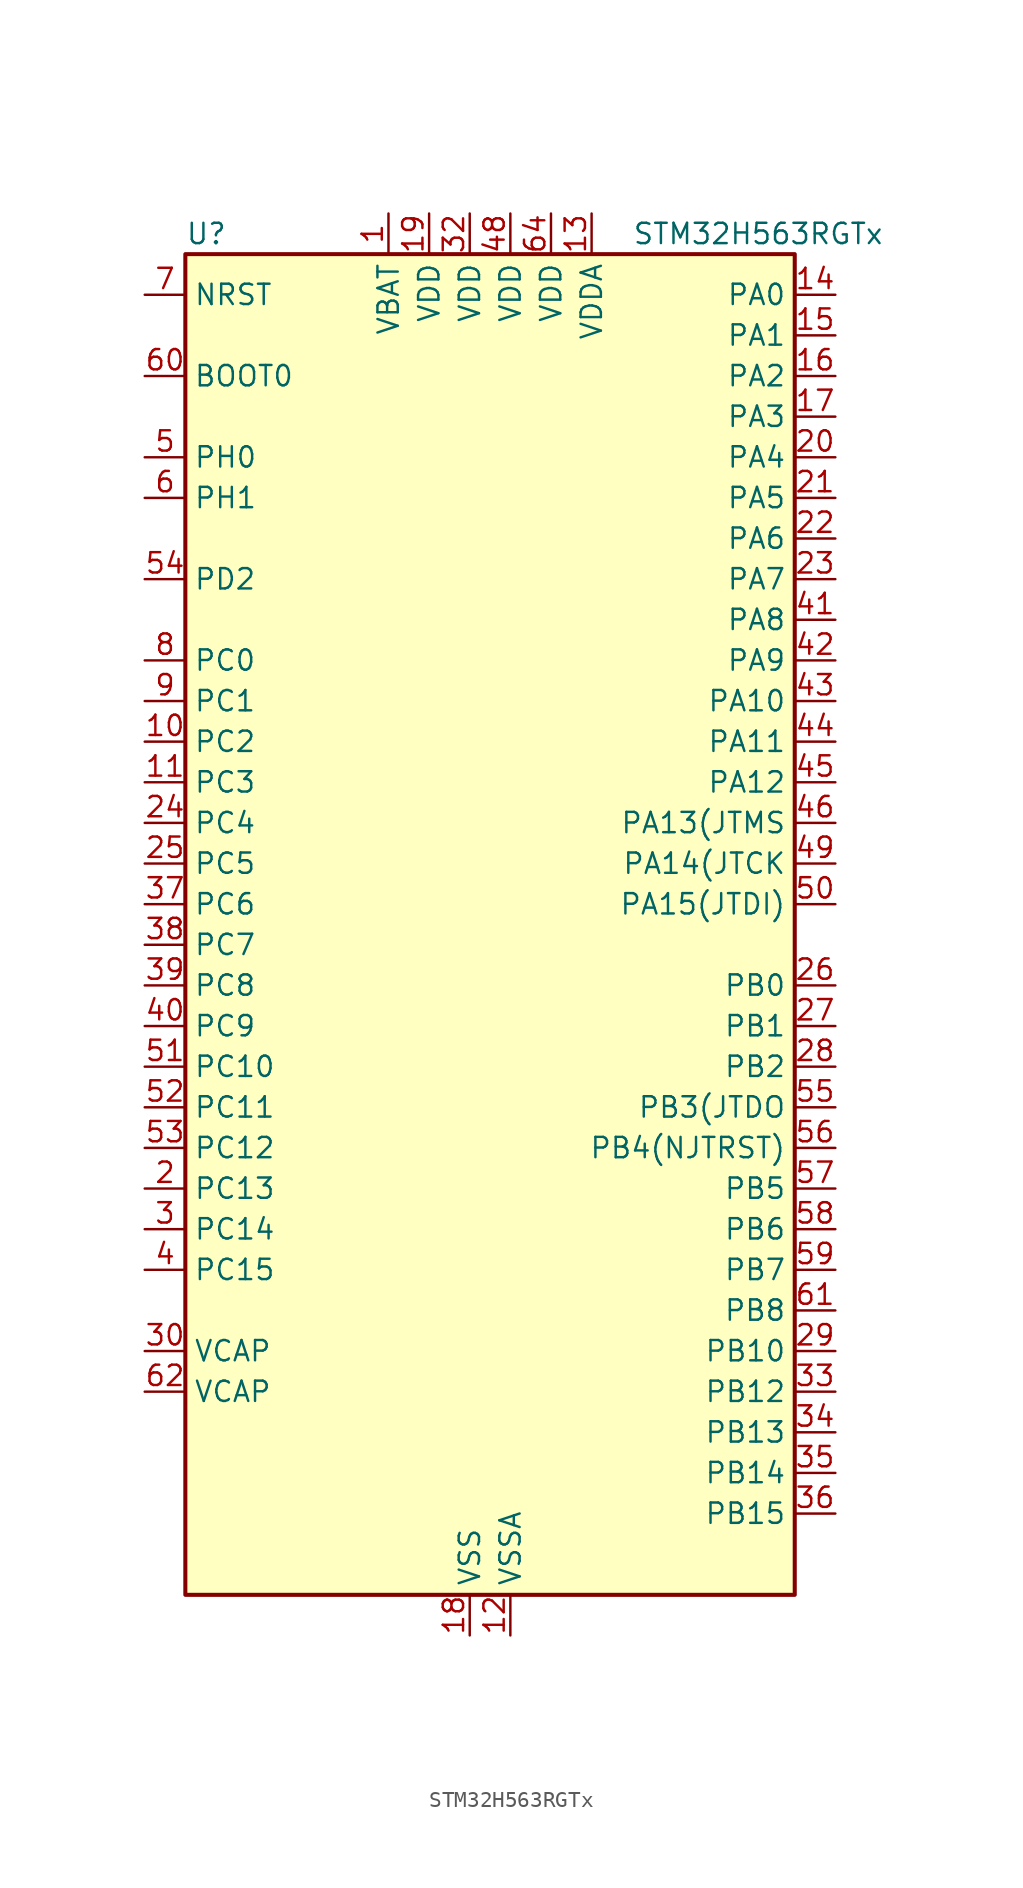
<source format=kicad_sym>
(kicad_symbol_lib
  (version 20231120)
  (generator "kicad_symbol_editor")
  (generator_version "8.0")
  (symbol "STM32H563RGTx"
    (property "Reference" "U"
      (at -17.78 44.45 0)
      (effects (font (size 1.27 1.27)) (justify left)))
    (property "Value" "STM32H563RGTx"
      (at 10.16 44.45 0)
      (effects (font (size 1.27 1.27)) (justify left)))
    (property "ki_locked" ""
      (at 0 0 0)
      (effects (font (size 1.27 1.27))))
    (symbol "STM32H563RGTx_0_1"
      (rectangle (start -17.78 -40.64) (end 20.32 43.18) (stroke (width 0.254) (type default)) (fill (type background))))
    (symbol "STM32H563RGTx_1_1"
      (pin power_in line (at -5.08 45.72 270) (length 2.54) (name "VBAT" (effects (font (size 1.27 1.27)))) (number "1" (effects (font (size 1.27 1.27)))))
      (pin bidirectional line (at -20.32 12.7 0) (length 2.54) (name "PC2" (effects (font (size 1.27 1.27)))) (number "10" (effects (font (size 1.27 1.27)))) (alternate "ADC1_INN11" bidirectional line) (alternate "ADC1_INP12" bidirectional line) (alternate "ADC2_INN11" bidirectional line) (alternate "ADC2_INP12" bidirectional line) (alternate "ETH_TXD2" bidirectional line) (alternate "I2S2_SDI" bidirectional line) (alternate "OCTOSPI1_IO2" bidirectional line) (alternate "OCTOSPI1_IO5" bidirectional line) (alternate "PWR_CSLEEP" bidirectional line) (alternate "SPI2_MISO" bidirectional line) (alternate "TIM17_CH1" bidirectional line) (alternate "TIM4_CH4" bidirectional line))
      (pin bidirectional line (at -20.32 10.16 0) (length 2.54) (name "PC3" (effects (font (size 1.27 1.27)))) (number "11" (effects (font (size 1.27 1.27)))) (alternate "ADC1_INN12" bidirectional line) (alternate "ADC1_INP13" bidirectional line) (alternate "ADC2_INN12" bidirectional line) (alternate "ADC2_INP13" bidirectional line) (alternate "ETH_TX_CLK" bidirectional line) (alternate "I2S2_SDO" bidirectional line) (alternate "LPTIM3_CH1" bidirectional line) (alternate "OCTOSPI1_IO0" bidirectional line) (alternate "OCTOSPI1_IO6" bidirectional line) (alternate "PWR_CSTOP" bidirectional line) (alternate "SAI1_D3" bidirectional line) (alternate "SPI2_MOSI" bidirectional line))
      (pin power_in line (at 2.54 -43.18 90) (length 2.54) (name "VSSA" (effects (font (size 1.27 1.27)))) (number "12" (effects (font (size 1.27 1.27)))))
      (pin power_in line (at 7.62 45.72 270) (length 2.54) (name "VDDA" (effects (font (size 1.27 1.27)))) (number "13" (effects (font (size 1.27 1.27)))))
      (pin bidirectional line (at 22.86 40.64 180) (length 2.54) (name "PA0" (effects (font (size 1.27 1.27)))) (number "14" (effects (font (size 1.27 1.27)))) (alternate "ADC1_INN1" bidirectional line) (alternate "ADC1_INP0" bidirectional line) (alternate "ADC2_INN1" bidirectional line) (alternate "ADC2_INP0" bidirectional line) (alternate "ETH_CRS" bidirectional line) (alternate "PWR_WKUP1" bidirectional line) (alternate "SAI2_SD_B" bidirectional line) (alternate "SPI3_RDY" bidirectional line) (alternate "SPI6_NSS" bidirectional line) (alternate "TAMP_IN2" bidirectional line) (alternate "TAMP_OUT1" bidirectional line) (alternate "TIM15_BKIN" bidirectional line) (alternate "TIM2_CH1" bidirectional line) (alternate "TIM2_ETR" bidirectional line) (alternate "TIM5_CH1" bidirectional line) (alternate "TIM8_ETR" bidirectional line) (alternate "UART4_TX" bidirectional line) (alternate "USART2_CTS" bidirectional line) (alternate "USART2_NSS" bidirectional line))
      (pin bidirectional line (at 22.86 38.1 180) (length 2.54) (name "PA1" (effects (font (size 1.27 1.27)))) (number "15" (effects (font (size 1.27 1.27)))) (alternate "ADC1_INP1" bidirectional line) (alternate "ADC2_INP1" bidirectional line) (alternate "ETH_REF_CLK" bidirectional line) (alternate "ETH_RX_CLK" bidirectional line) (alternate "LPTIM1_IN1" bidirectional line) (alternate "OCTOSPI1_DQS" bidirectional line) (alternate "OCTOSPI1_IO3" bidirectional line) (alternate "SAI2_MCLK_B" bidirectional line) (alternate "TAMP_IN5" bidirectional line) (alternate "TAMP_OUT4" bidirectional line) (alternate "TIM15_CH1N" bidirectional line) (alternate "TIM2_CH2" bidirectional line) (alternate "TIM5_CH2" bidirectional line) (alternate "UART4_RX" bidirectional line) (alternate "USART2_RTS" bidirectional line))
      (pin bidirectional line (at 22.86 35.56 180) (length 2.54) (name "PA2" (effects (font (size 1.27 1.27)))) (number "16" (effects (font (size 1.27 1.27)))) (alternate "ADC1_INP14" bidirectional line) (alternate "ADC2_INP14" bidirectional line) (alternate "ETH_MDIO" bidirectional line) (alternate "LPTIM1_IN2" bidirectional line) (alternate "PWR_WKUP2" bidirectional line) (alternate "SAI2_SCK_B" bidirectional line) (alternate "TAMP_IN4" bidirectional line) (alternate "TAMP_OUT3" bidirectional line) (alternate "TIM15_CH1" bidirectional line) (alternate "TIM2_CH3" bidirectional line) (alternate "TIM5_CH3" bidirectional line) (alternate "USART2_TX" bidirectional line))
      (pin bidirectional line (at 22.86 33.02 180) (length 2.54) (name "PA3" (effects (font (size 1.27 1.27)))) (number "17" (effects (font (size 1.27 1.27)))) (alternate "ADC1_INP15" bidirectional line) (alternate "ADC2_INP15" bidirectional line) (alternate "ETH_COL" bidirectional line) (alternate "I2S2_WS" bidirectional line) (alternate "OCTOSPI1_CLK" bidirectional line) (alternate "SAI1_SD_B" bidirectional line) (alternate "SPI2_NSS" bidirectional line) (alternate "TIM15_CH2" bidirectional line) (alternate "TIM2_CH4" bidirectional line) (alternate "TIM5_CH4" bidirectional line) (alternate "USART2_RX" bidirectional line))
      (pin power_in line (at 0 -43.18 90) (length 2.54) (name "VSS" (effects (font (size 1.27 1.27)))) (number "18" (effects (font (size 1.27 1.27)))))
      (pin power_in line (at -2.54 45.72 270) (length 2.54) (name "VDD" (effects (font (size 1.27 1.27)))) (number "19" (effects (font (size 1.27 1.27)))))
      (pin bidirectional line (at -20.32 -15.24 0) (length 2.54) (name "PC13" (effects (font (size 1.27 1.27)))) (number "2" (effects (font (size 1.27 1.27)))) (alternate "PWR_WKUP4" bidirectional line) (alternate "RTC_OUT1" bidirectional line) (alternate "RTC_TS" bidirectional line) (alternate "TAMP_IN1" bidirectional line) (alternate "TAMP_OUT2" bidirectional line) (alternate "TAMP_OUT3" bidirectional line))
      (pin bidirectional line (at 22.86 30.48 180) (length 2.54) (name "PA4" (effects (font (size 1.27 1.27)))) (number "20" (effects (font (size 1.27 1.27)))) (alternate "ADC1_INP18" bidirectional line) (alternate "ADC2_INP18" bidirectional line) (alternate "DAC1_OUT1" bidirectional line) (alternate "DCMI_HSYNC" bidirectional line) (alternate "I2S1_WS" bidirectional line) (alternate "I2S3_WS" bidirectional line) (alternate "LPTIM2_CH1" bidirectional line) (alternate "PSSI_DE" bidirectional line) (alternate "SPI1_NSS" bidirectional line) (alternate "SPI3_NSS" bidirectional line) (alternate "SPI6_NSS" bidirectional line) (alternate "TIM5_ETR" bidirectional line) (alternate "USART2_CK" bidirectional line))
      (pin bidirectional line (at 22.86 27.94 180) (length 2.54) (name "PA5" (effects (font (size 1.27 1.27)))) (number "21" (effects (font (size 1.27 1.27)))) (alternate "ADC1_INN18" bidirectional line) (alternate "ADC1_INP19" bidirectional line) (alternate "ADC2_INN18" bidirectional line) (alternate "ADC2_INP19" bidirectional line) (alternate "DAC1_OUT2" bidirectional line) (alternate "ETH_TX_EN" bidirectional line) (alternate "I2S1_CK" bidirectional line) (alternate "PSSI_D14" bidirectional line) (alternate "SPI1_SCK" bidirectional line) (alternate "SPI6_SCK" bidirectional line) (alternate "TIM2_CH1" bidirectional line) (alternate "TIM2_ETR" bidirectional line) (alternate "TIM8_CH1N" bidirectional line))
      (pin bidirectional line (at 22.86 25.4 180) (length 2.54) (name "PA6" (effects (font (size 1.27 1.27)))) (number "22" (effects (font (size 1.27 1.27)))) (alternate "ADC1_INP3" bidirectional line) (alternate "ADC2_INP3" bidirectional line) (alternate "DCMI_PIXCLK" bidirectional line) (alternate "I2S1_SDI" bidirectional line) (alternate "OCTOSPI1_IO3" bidirectional line) (alternate "PSSI_PDCK" bidirectional line) (alternate "SPI1_MISO" bidirectional line) (alternate "SPI6_MISO" bidirectional line) (alternate "TIM13_CH1" bidirectional line) (alternate "TIM1_BKIN" bidirectional line) (alternate "TIM3_CH1" bidirectional line) (alternate "TIM8_BKIN" bidirectional line) (alternate "USART11_TX" bidirectional line))
      (pin bidirectional line (at 22.86 22.86 180) (length 2.54) (name "PA7" (effects (font (size 1.27 1.27)))) (number "23" (effects (font (size 1.27 1.27)))) (alternate "ADC1_INN3" bidirectional line) (alternate "ADC1_INP7" bidirectional line) (alternate "ADC2_INN3" bidirectional line) (alternate "ADC2_INP7" bidirectional line) (alternate "ETH_CRS_DV" bidirectional line) (alternate "ETH_RX_DV" bidirectional line) (alternate "I2S1_SDO" bidirectional line) (alternate "OCTOSPI1_IO2" bidirectional line) (alternate "SPI1_MOSI" bidirectional line) (alternate "SPI6_MOSI" bidirectional line) (alternate "TIM14_CH1" bidirectional line) (alternate "TIM1_CH1N" bidirectional line) (alternate "TIM3_CH2" bidirectional line) (alternate "TIM8_CH1N" bidirectional line) (alternate "USART11_RX" bidirectional line))
      (pin bidirectional line (at -20.32 7.62 0) (length 2.54) (name "PC4" (effects (font (size 1.27 1.27)))) (number "24" (effects (font (size 1.27 1.27)))) (alternate "ADC1_INP4" bidirectional line) (alternate "ADC2_INP4" bidirectional line) (alternate "ETH_RXD0" bidirectional line) (alternate "I2S1_MCK" bidirectional line) (alternate "LPTIM2_ETR" bidirectional line) (alternate "SAI1_CK1" bidirectional line) (alternate "TIM2_CH4" bidirectional line) (alternate "USART3_RX" bidirectional line))
      (pin bidirectional line (at -20.32 5.08 0) (length 2.54) (name "PC5" (effects (font (size 1.27 1.27)))) (number "25" (effects (font (size 1.27 1.27)))) (alternate "ADC1_INN4" bidirectional line) (alternate "ADC1_INP8" bidirectional line) (alternate "ADC2_INN4" bidirectional line) (alternate "ADC2_INP8" bidirectional line) (alternate "ETH_RXD1" bidirectional line) (alternate "OCTOSPI1_DQS" bidirectional line) (alternate "PSSI_D15" bidirectional line) (alternate "SAI1_D3" bidirectional line) (alternate "SAI1_FS_A" bidirectional line) (alternate "TIM1_CH4N" bidirectional line))
      (pin bidirectional line (at 22.86 -2.54 180) (length 2.54) (name "PB0" (effects (font (size 1.27 1.27)))) (number "26" (effects (font (size 1.27 1.27)))) (alternate "ADC1_INN5" bidirectional line) (alternate "ADC1_INP9" bidirectional line) (alternate "ADC2_INN5" bidirectional line) (alternate "ADC2_INP9" bidirectional line) (alternate "ETH_RXD2" bidirectional line) (alternate "LPTIM3_CH1" bidirectional line) (alternate "OCTOSPI1_IO1" bidirectional line) (alternate "TIM1_CH2N" bidirectional line) (alternate "TIM3_CH3" bidirectional line) (alternate "TIM8_CH2N" bidirectional line) (alternate "UART4_CTS" bidirectional line) (alternate "USART11_CK" bidirectional line))
      (pin bidirectional line (at 22.86 -5.08 180) (length 2.54) (name "PB1" (effects (font (size 1.27 1.27)))) (number "27" (effects (font (size 1.27 1.27)))) (alternate "ADC1_INP5" bidirectional line) (alternate "ADC2_INP5" bidirectional line) (alternate "ETH_RXD3" bidirectional line) (alternate "LPTIM3_CH2" bidirectional line) (alternate "OCTOSPI1_IO0" bidirectional line) (alternate "TIM1_CH3N" bidirectional line) (alternate "TIM3_CH4" bidirectional line) (alternate "TIM8_CH3N" bidirectional line))
      (pin bidirectional line (at 22.86 -7.62 180) (length 2.54) (name "PB2" (effects (font (size 1.27 1.27)))) (number "28" (effects (font (size 1.27 1.27)))) (alternate "I2S3_SDO" bidirectional line) (alternate "LPTIM1_CH1" bidirectional line) (alternate "LPTIM5_ETR" bidirectional line) (alternate "OCTOSPI1_CLK" bidirectional line) (alternate "OCTOSPI1_DQS" bidirectional line) (alternate "RCC_LSCO" bidirectional line) (alternate "RTC_OUT2" bidirectional line) (alternate "SAI1_D1" bidirectional line) (alternate "SAI1_SD_A" bidirectional line) (alternate "SDMMC1_CMD" bidirectional line) (alternate "SPI1_RDY" bidirectional line) (alternate "SPI3_MOSI" bidirectional line) (alternate "TIM8_CH4N" bidirectional line))
      (pin bidirectional line (at 22.86 -25.4 180) (length 2.54) (name "PB10" (effects (font (size 1.27 1.27)))) (number "29" (effects (font (size 1.27 1.27)))) (alternate "ETH_RX_ER" bidirectional line) (alternate "I2C2_SCL" bidirectional line) (alternate "I2S2_CK" bidirectional line) (alternate "LPTIM2_IN1" bidirectional line) (alternate "LPTIM3_CH1" bidirectional line) (alternate "OCTOSPI1_NCS" bidirectional line) (alternate "SPI2_SCK" bidirectional line) (alternate "TIM2_CH3" bidirectional line) (alternate "USART3_TX" bidirectional line))
      (pin bidirectional line (at -20.32 -17.78 0) (length 2.54) (name "PC14" (effects (font (size 1.27 1.27)))) (number "3" (effects (font (size 1.27 1.27)))) (alternate "RCC_OSC32_IN" bidirectional line))
      (pin power_out line (at -20.32 -25.4 0) (length 2.54) (name "VCAP" (effects (font (size 1.27 1.27)))) (number "30" (effects (font (size 1.27 1.27)))))
      (pin passive line (at 0 -43.18 90) (length 2.54) hide (name "VSS" (effects (font (size 1.27 1.27)))) (number "31" (effects (font (size 1.27 1.27)))))
      (pin power_in line (at 0 45.72 270) (length 2.54) (name "VDD" (effects (font (size 1.27 1.27)))) (number "32" (effects (font (size 1.27 1.27)))))
      (pin bidirectional line (at 22.86 -27.94 180) (length 2.54) (name "PB12" (effects (font (size 1.27 1.27)))) (number "33" (effects (font (size 1.27 1.27)))) (alternate "ETH_TXD0" bidirectional line) (alternate "FDCAN2_RX" bidirectional line) (alternate "I2C2_SDA" bidirectional line) (alternate "I2S2_WS" bidirectional line) (alternate "OCTOSPI1_NCLK" bidirectional line) (alternate "SPI2_NSS" bidirectional line) (alternate "TIM1_BKIN" bidirectional line) (alternate "UART5_RX" bidirectional line) (alternate "UCPD1_FRSTX" bidirectional line) (alternate "USART3_CK" bidirectional line))
      (pin bidirectional line (at 22.86 -30.48 180) (length 2.54) (name "PB13" (effects (font (size 1.27 1.27)))) (number "34" (effects (font (size 1.27 1.27)))) (alternate "FDCAN2_TX" bidirectional line) (alternate "I2C2_SMBA" bidirectional line) (alternate "I2S2_CK" bidirectional line) (alternate "LPTIM2_CH1" bidirectional line) (alternate "LPTIM3_IN1" bidirectional line) (alternate "SDMMC1_D0" bidirectional line) (alternate "SPI2_SCK" bidirectional line) (alternate "TIM1_CH1N" bidirectional line) (alternate "UART5_TX" bidirectional line) (alternate "UCPD1_CC1" bidirectional line) (alternate "USART3_CTS" bidirectional line) (alternate "USART3_NSS" bidirectional line))
      (pin bidirectional line (at 22.86 -33.02 180) (length 2.54) (name "PB14" (effects (font (size 1.27 1.27)))) (number "35" (effects (font (size 1.27 1.27)))) (alternate "I2S2_SDI" bidirectional line) (alternate "LPTIM3_ETR" bidirectional line) (alternate "SPI2_MISO" bidirectional line) (alternate "TIM12_CH1" bidirectional line) (alternate "TIM1_CH2N" bidirectional line) (alternate "TIM8_CH2N" bidirectional line) (alternate "UART4_DE" bidirectional line) (alternate "UART4_RTS" bidirectional line) (alternate "UCPD1_CC2" bidirectional line) (alternate "USART1_TX" bidirectional line) (alternate "USART3_RTS" bidirectional line))
      (pin bidirectional line (at 22.86 -35.56 180) (length 2.54) (name "PB15" (effects (font (size 1.27 1.27)))) (number "36" (effects (font (size 1.27 1.27)))) (alternate "ADC1_EXTI15" bidirectional line) (alternate "ADC2_EXTI15" bidirectional line) (alternate "DCMI_D2" bidirectional line) (alternate "ETH_TXD1" bidirectional line) (alternate "I2S2_SDO" bidirectional line) (alternate "OCTOSPI1_CLK" bidirectional line) (alternate "PSSI_D2" bidirectional line) (alternate "PWR_PVD_IN" bidirectional line) (alternate "RTC_REFIN" bidirectional line) (alternate "SPI2_MOSI" bidirectional line) (alternate "TIM12_CH2" bidirectional line) (alternate "TIM1_CH3N" bidirectional line) (alternate "TIM8_CH3N" bidirectional line) (alternate "UART4_CTS" bidirectional line) (alternate "UART5_RX" bidirectional line) (alternate "USART11_CTS" bidirectional line) (alternate "USART11_NSS" bidirectional line) (alternate "USART1_RX" bidirectional line))
      (pin bidirectional line (at -20.32 2.54 0) (length 2.54) (name "PC6" (effects (font (size 1.27 1.27)))) (number "37" (effects (font (size 1.27 1.27)))) (alternate "DCMI_D0" bidirectional line) (alternate "I2S2_MCK" bidirectional line) (alternate "OCTOSPI1_IO5" bidirectional line) (alternate "PSSI_D0" bidirectional line) (alternate "SAI1_SCK_A" bidirectional line) (alternate "SDMMC1_D0DIR" bidirectional line) (alternate "SDMMC1_D6" bidirectional line) (alternate "TIM3_CH1" bidirectional line) (alternate "TIM8_CH1" bidirectional line) (alternate "USART6_TX" bidirectional line))
      (pin bidirectional line (at -20.32 0 0) (length 2.54) (name "PC7" (effects (font (size 1.27 1.27)))) (number "38" (effects (font (size 1.27 1.27)))) (alternate "DCMI_D1" bidirectional line) (alternate "DEBUG_TRGIO" bidirectional line) (alternate "I2S3_MCK" bidirectional line) (alternate "OCTOSPI1_IO6" bidirectional line) (alternate "PSSI_D1" bidirectional line) (alternate "SDMMC1_D123DIR" bidirectional line) (alternate "SDMMC1_D7" bidirectional line) (alternate "TIM3_CH2" bidirectional line) (alternate "TIM8_CH2" bidirectional line) (alternate "USART6_RX" bidirectional line))
      (pin bidirectional line (at -20.32 -2.54 0) (length 2.54) (name "PC8" (effects (font (size 1.27 1.27)))) (number "39" (effects (font (size 1.27 1.27)))) (alternate "DCMI_D2" bidirectional line) (alternate "DEBUG_TRACED1" bidirectional line) (alternate "PSSI_D2" bidirectional line) (alternate "SDMMC1_D0" bidirectional line) (alternate "TIM3_CH3" bidirectional line) (alternate "TIM8_CH3" bidirectional line) (alternate "UART5_DE" bidirectional line) (alternate "UART5_RTS" bidirectional line) (alternate "USART6_CK" bidirectional line))
      (pin bidirectional line (at -20.32 -20.32 0) (length 2.54) (name "PC15" (effects (font (size 1.27 1.27)))) (number "4" (effects (font (size 1.27 1.27)))) (alternate "ADC1_EXTI15" bidirectional line) (alternate "ADC2_EXTI15" bidirectional line) (alternate "RCC_OSC32_OUT" bidirectional line))
      (pin bidirectional line (at -20.32 -5.08 0) (length 2.54) (name "PC9" (effects (font (size 1.27 1.27)))) (number "40" (effects (font (size 1.27 1.27)))) (alternate "AUDIOCLK" bidirectional line) (alternate "DAC1_EXTI9" bidirectional line) (alternate "DCMI_D3" bidirectional line) (alternate "I2C3_SDA" bidirectional line) (alternate "OCTOSPI1_IO0" bidirectional line) (alternate "PSSI_D3" bidirectional line) (alternate "RCC_MCO_2" bidirectional line) (alternate "SDMMC1_D1" bidirectional line) (alternate "TIM3_CH4" bidirectional line) (alternate "TIM8_CH4" bidirectional line) (alternate "UART5_CTS" bidirectional line) (alternate "UCPD1_DB2" bidirectional line))
      (pin bidirectional line (at 22.86 20.32 180) (length 2.54) (name "PA8" (effects (font (size 1.27 1.27)))) (number "41" (effects (font (size 1.27 1.27)))) (alternate "DCMI_D3" bidirectional line) (alternate "I2C3_SCL" bidirectional line) (alternate "PSSI_D3" bidirectional line) (alternate "RCC_MCO_1" bidirectional line) (alternate "SPI1_RDY" bidirectional line) (alternate "TIM1_CH1" bidirectional line) (alternate "TIM8_BKIN2" bidirectional line) (alternate "UART7_RX" bidirectional line) (alternate "USART1_CK" bidirectional line) (alternate "USB_SOF" bidirectional line))
      (pin bidirectional line (at 22.86 17.78 180) (length 2.54) (name "PA9" (effects (font (size 1.27 1.27)))) (number "42" (effects (font (size 1.27 1.27)))) (alternate "DAC1_EXTI9" bidirectional line) (alternate "DCMI_D0" bidirectional line) (alternate "ETH_TX_ER" bidirectional line) (alternate "I2C3_SMBA" bidirectional line) (alternate "I2S2_CK" bidirectional line) (alternate "LPUART1_TX" bidirectional line) (alternate "PSSI_D0" bidirectional line) (alternate "SPI2_SCK" bidirectional line) (alternate "TIM1_CH2" bidirectional line) (alternate "UCPD1_DB1" bidirectional line) (alternate "USART1_TX" bidirectional line))
      (pin bidirectional line (at 22.86 15.24 180) (length 2.54) (name "PA10" (effects (font (size 1.27 1.27)))) (number "43" (effects (font (size 1.27 1.27)))) (alternate "DCMI_D1" bidirectional line) (alternate "FDCAN2_TX" bidirectional line) (alternate "LPTIM2_IN2" bidirectional line) (alternate "LPUART1_RX" bidirectional line) (alternate "PSSI_D1" bidirectional line) (alternate "SDMMC1_D0" bidirectional line) (alternate "TIM1_CH3" bidirectional line) (alternate "UCPD1_FRSTX" bidirectional line) (alternate "USART1_RX" bidirectional line))
      (pin bidirectional line (at 22.86 12.7 180) (length 2.54) (name "PA11" (effects (font (size 1.27 1.27)))) (number "44" (effects (font (size 1.27 1.27)))) (alternate "ADC1_EXTI11" bidirectional line) (alternate "ADC2_EXTI11" bidirectional line) (alternate "FDCAN1_RX" bidirectional line) (alternate "I2S2_WS" bidirectional line) (alternate "LPUART1_CTS" bidirectional line) (alternate "SPI2_NSS" bidirectional line) (alternate "TIM1_CH4" bidirectional line) (alternate "UART4_RX" bidirectional line) (alternate "USART1_CTS" bidirectional line) (alternate "USART1_NSS" bidirectional line) (alternate "USB_DM" bidirectional line))
      (pin bidirectional line (at 22.86 10.16 180) (length 2.54) (name "PA12" (effects (font (size 1.27 1.27)))) (number "45" (effects (font (size 1.27 1.27)))) (alternate "FDCAN1_TX" bidirectional line) (alternate "I2S2_CK" bidirectional line) (alternate "LPUART1_RTS" bidirectional line) (alternate "SAI2_FS_B" bidirectional line) (alternate "SPI2_SCK" bidirectional line) (alternate "TIM1_ETR" bidirectional line) (alternate "UART4_TX" bidirectional line) (alternate "USART1_RTS" bidirectional line) (alternate "USB_DP" bidirectional line))
      (pin bidirectional line (at 22.86 7.62 180) (length 2.54) (name "PA13(JTMS" (effects (font (size 1.27 1.27)))) (number "46" (effects (font (size 1.27 1.27)))) (alternate "DEBUG_JTMS-SWDIO" bidirectional line))
      (pin passive line (at 0 -43.18 90) (length 2.54) hide (name "VSS" (effects (font (size 1.27 1.27)))) (number "47" (effects (font (size 1.27 1.27)))))
      (pin power_in line (at 2.54 45.72 270) (length 2.54) (name "VDD" (effects (font (size 1.27 1.27)))) (number "48" (effects (font (size 1.27 1.27)))))
      (pin bidirectional line (at 22.86 5.08 180) (length 2.54) (name "PA14(JTCK" (effects (font (size 1.27 1.27)))) (number "49" (effects (font (size 1.27 1.27)))) (alternate "DEBUG_JTCK-SWCLK" bidirectional line))
      (pin bidirectional line (at -20.32 30.48 0) (length 2.54) (name "PH0" (effects (font (size 1.27 1.27)))) (number "5" (effects (font (size 1.27 1.27)))) (alternate "RCC_OSC_IN" bidirectional line))
      (pin bidirectional line (at 22.86 2.54 180) (length 2.54) (name "PA15(JTDI)" (effects (font (size 1.27 1.27)))) (number "50" (effects (font (size 1.27 1.27)))) (alternate "ADC1_EXTI15" bidirectional line) (alternate "ADC2_EXTI15" bidirectional line) (alternate "CEC" bidirectional line) (alternate "DCMI_D11" bidirectional line) (alternate "DEBUG_JTDI" bidirectional line) (alternate "I2S1_WS" bidirectional line) (alternate "I2S3_WS" bidirectional line) (alternate "LPTIM3_IN2" bidirectional line) (alternate "PSSI_D11" bidirectional line) (alternate "SPI1_NSS" bidirectional line) (alternate "SPI3_NSS" bidirectional line) (alternate "SPI6_NSS" bidirectional line) (alternate "TIM2_CH1" bidirectional line) (alternate "TIM2_ETR" bidirectional line) (alternate "UART4_DE" bidirectional line) (alternate "UART4_RTS" bidirectional line) (alternate "UART7_TX" bidirectional line))
      (pin bidirectional line (at -20.32 -7.62 0) (length 2.54) (name "PC10" (effects (font (size 1.27 1.27)))) (number "51" (effects (font (size 1.27 1.27)))) (alternate "DCMI_D8" bidirectional line) (alternate "ETH_TXD0" bidirectional line) (alternate "I2S3_CK" bidirectional line) (alternate "LPTIM3_ETR" bidirectional line) (alternate "OCTOSPI1_IO1" bidirectional line) (alternate "PSSI_D8" bidirectional line) (alternate "SDMMC1_D2" bidirectional line) (alternate "SPI3_SCK" bidirectional line) (alternate "UART4_TX" bidirectional line) (alternate "USART3_TX" bidirectional line))
      (pin bidirectional line (at -20.32 -10.16 0) (length 2.54) (name "PC11" (effects (font (size 1.27 1.27)))) (number "52" (effects (font (size 1.27 1.27)))) (alternate "ADC1_EXTI11" bidirectional line) (alternate "ADC2_EXTI11" bidirectional line) (alternate "DCMI_D4" bidirectional line) (alternate "I2S3_SDI" bidirectional line) (alternate "LPTIM3_IN1" bidirectional line) (alternate "OCTOSPI1_NCS" bidirectional line) (alternate "PSSI_D4" bidirectional line) (alternate "SDMMC1_D3" bidirectional line) (alternate "SPI3_MISO" bidirectional line) (alternate "UART4_RX" bidirectional line) (alternate "USART3_RX" bidirectional line))
      (pin bidirectional line (at -20.32 -12.7 0) (length 2.54) (name "PC12" (effects (font (size 1.27 1.27)))) (number "53" (effects (font (size 1.27 1.27)))) (alternate "DCMI_D9" bidirectional line) (alternate "DEBUG_TRACED3" bidirectional line) (alternate "I2S3_SDO" bidirectional line) (alternate "PSSI_D9" bidirectional line) (alternate "SDMMC1_CK" bidirectional line) (alternate "SPI3_MOSI" bidirectional line) (alternate "SPI6_SCK" bidirectional line) (alternate "TIM15_CH1" bidirectional line) (alternate "UART5_TX" bidirectional line) (alternate "USART3_CK" bidirectional line))
      (pin bidirectional line (at -20.32 22.86 0) (length 2.54) (name "PD2" (effects (font (size 1.27 1.27)))) (number "54" (effects (font (size 1.27 1.27)))) (alternate "DCMI_D11" bidirectional line) (alternate "DEBUG_TRACED2" bidirectional line) (alternate "LPTIM4_ETR" bidirectional line) (alternate "PSSI_D11" bidirectional line) (alternate "PWR_WKUP7" bidirectional line) (alternate "SDMMC1_CMD" bidirectional line) (alternate "TIM15_BKIN" bidirectional line) (alternate "TIM3_ETR" bidirectional line) (alternate "UART5_RX" bidirectional line))
      (pin bidirectional line (at 22.86 -10.16 180) (length 2.54) (name "PB3(JTDO" (effects (font (size 1.27 1.27)))) (number "55" (effects (font (size 1.27 1.27)))) (alternate "CRS_SYNC" bidirectional line) (alternate "DEBUG_JTDO-SWO" bidirectional line) (alternate "I2C2_SDA" bidirectional line) (alternate "I2S1_CK" bidirectional line) (alternate "I2S3_CK" bidirectional line) (alternate "LPTIM6_ETR" bidirectional line) (alternate "SPI1_SCK" bidirectional line) (alternate "SPI3_SCK" bidirectional line) (alternate "SPI6_SCK" bidirectional line) (alternate "TIM2_CH2" bidirectional line) (alternate "UART7_RX" bidirectional line))
      (pin bidirectional line (at 22.86 -12.7 180) (length 2.54) (name "PB4(NJTRST)" (effects (font (size 1.27 1.27)))) (number "56" (effects (font (size 1.27 1.27)))) (alternate "DCMI_D7" bidirectional line) (alternate "DEBUG_JTRST" bidirectional line) (alternate "I2S1_SDI" bidirectional line) (alternate "I2S2_WS" bidirectional line) (alternate "I2S3_SDI" bidirectional line) (alternate "LPTIM1_CH2" bidirectional line) (alternate "OCTOSPI1_CLK" bidirectional line) (alternate "PSSI_D7" bidirectional line) (alternate "SPI1_MISO" bidirectional line) (alternate "SPI2_NSS" bidirectional line) (alternate "SPI3_MISO" bidirectional line) (alternate "SPI6_MISO" bidirectional line) (alternate "TIM16_BKIN" bidirectional line) (alternate "TIM3_CH1" bidirectional line) (alternate "UART7_TX" bidirectional line))
      (pin bidirectional line (at 22.86 -15.24 180) (length 2.54) (name "PB5" (effects (font (size 1.27 1.27)))) (number "57" (effects (font (size 1.27 1.27)))) (alternate "DCMI_D10" bidirectional line) (alternate "ETH_PPS_OUT" bidirectional line) (alternate "FDCAN2_RX" bidirectional line) (alternate "I2C1_SMBA" bidirectional line) (alternate "I2C4_SMBA" bidirectional line) (alternate "I2S1_SDO" bidirectional line) (alternate "I2S3_SDO" bidirectional line) (alternate "OCTOSPI1_NCLK" bidirectional line) (alternate "PSSI_D10" bidirectional line) (alternate "SPI1_MOSI" bidirectional line) (alternate "SPI3_MOSI" bidirectional line) (alternate "SPI6_MOSI" bidirectional line) (alternate "TIM17_BKIN" bidirectional line) (alternate "TIM3_CH2" bidirectional line) (alternate "UART5_RX" bidirectional line))
      (pin bidirectional line (at 22.86 -17.78 180) (length 2.54) (name "PB6" (effects (font (size 1.27 1.27)))) (number "58" (effects (font (size 1.27 1.27)))) (alternate "CEC" bidirectional line) (alternate "DCMI_D5" bidirectional line) (alternate "FDCAN2_TX" bidirectional line) (alternate "I2C1_SCL" bidirectional line) (alternate "I2C4_SCL" bidirectional line) (alternate "I3C1_SCL" bidirectional line) (alternate "LPUART1_TX" bidirectional line) (alternate "OCTOSPI1_NCS" bidirectional line) (alternate "PSSI_D5" bidirectional line) (alternate "TIM16_CH1N" bidirectional line) (alternate "TIM4_CH1" bidirectional line) (alternate "UART5_TX" bidirectional line) (alternate "USART1_TX" bidirectional line))
      (pin bidirectional line (at 22.86 -20.32 180) (length 2.54) (name "PB7" (effects (font (size 1.27 1.27)))) (number "59" (effects (font (size 1.27 1.27)))) (alternate "DCMI_VSYNC" bidirectional line) (alternate "FDCAN1_TX" bidirectional line) (alternate "I2C1_SDA" bidirectional line) (alternate "I2C4_SDA" bidirectional line) (alternate "I3C1_SDA" bidirectional line) (alternate "LPUART1_RX" bidirectional line) (alternate "PSSI_RDY" bidirectional line) (alternate "PWR_WKUP5" bidirectional line) (alternate "TIM17_CH1N" bidirectional line) (alternate "TIM4_CH2" bidirectional line) (alternate "USART1_RX" bidirectional line))
      (pin bidirectional line (at -20.32 27.94 0) (length 2.54) (name "PH1" (effects (font (size 1.27 1.27)))) (number "6" (effects (font (size 1.27 1.27)))) (alternate "RCC_OSC_OUT" bidirectional line))
      (pin input line (at -20.32 35.56 0) (length 2.54) (name "BOOT0" (effects (font (size 1.27 1.27)))) (number "60" (effects (font (size 1.27 1.27)))))
      (pin bidirectional line (at 22.86 -22.86 180) (length 2.54) (name "PB8" (effects (font (size 1.27 1.27)))) (number "61" (effects (font (size 1.27 1.27)))) (alternate "DCMI_D6" bidirectional line) (alternate "ETH_TXD3" bidirectional line) (alternate "FDCAN1_RX" bidirectional line) (alternate "I2C1_SCL" bidirectional line) (alternate "I2C4_SCL" bidirectional line) (alternate "I3C1_SCL" bidirectional line) (alternate "PSSI_D6" bidirectional line) (alternate "SDMMC1_CKIN" bidirectional line) (alternate "SDMMC1_D4" bidirectional line) (alternate "TIM16_CH1" bidirectional line) (alternate "TIM4_CH3" bidirectional line) (alternate "UART4_RX" bidirectional line))
      (pin power_out line (at -20.32 -27.94 0) (length 2.54) (name "VCAP" (effects (font (size 1.27 1.27)))) (number "62" (effects (font (size 1.27 1.27)))))
      (pin passive line (at 0 -43.18 90) (length 2.54) hide (name "VSS" (effects (font (size 1.27 1.27)))) (number "63" (effects (font (size 1.27 1.27)))))
      (pin power_in line (at 5.08 45.72 270) (length 2.54) (name "VDD" (effects (font (size 1.27 1.27)))) (number "64" (effects (font (size 1.27 1.27)))))
      (pin input line (at -20.32 40.64 0) (length 2.54) (name "NRST" (effects (font (size 1.27 1.27)))) (number "7" (effects (font (size 1.27 1.27)))))
      (pin bidirectional line (at -20.32 17.78 0) (length 2.54) (name "PC0" (effects (font (size 1.27 1.27)))) (number "8" (effects (font (size 1.27 1.27)))) (alternate "ADC1_INP10" bidirectional line) (alternate "ADC2_INP10" bidirectional line) (alternate "OCTOSPI1_IO7" bidirectional line) (alternate "SAI1_MCLK_A" bidirectional line) (alternate "SAI2_FS_B" bidirectional line) (alternate "SPI2_RDY" bidirectional line) (alternate "TIM16_BKIN" bidirectional line))
      (pin bidirectional line (at -20.32 15.24 0) (length 2.54) (name "PC1" (effects (font (size 1.27 1.27)))) (number "9" (effects (font (size 1.27 1.27)))) (alternate "ADC1_INN10" bidirectional line) (alternate "ADC1_INP11" bidirectional line) (alternate "ADC2_INN10" bidirectional line) (alternate "ADC2_INP11" bidirectional line) (alternate "DEBUG_TRACED0" bidirectional line) (alternate "ETH_MDC" bidirectional line) (alternate "I2S2_SDO" bidirectional line) (alternate "OCTOSPI1_IO4" bidirectional line) (alternate "PWR_WKUP6" bidirectional line) (alternate "SAI1_D1" bidirectional line) (alternate "SAI1_SD_A" bidirectional line) (alternate "SAI2_SD_A" bidirectional line) (alternate "SPI2_MOSI" bidirectional line) (alternate "TAMP_IN3" bidirectional line) (alternate "TAMP_OUT5" bidirectional line) (alternate "USART11_RTS" bidirectional line)))))
</source>
